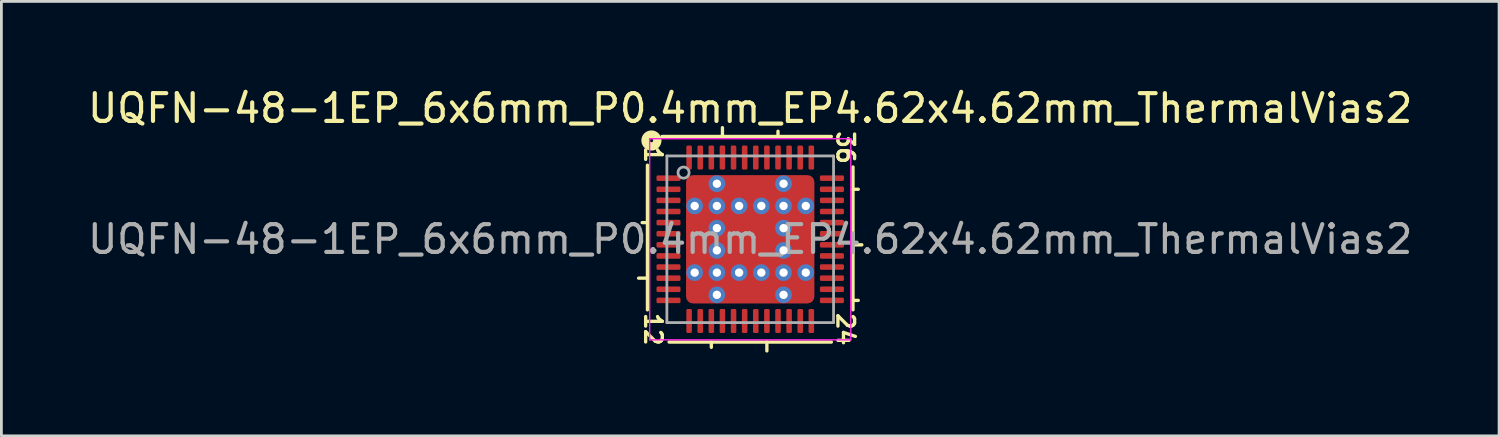
<source format=kicad_pcb>
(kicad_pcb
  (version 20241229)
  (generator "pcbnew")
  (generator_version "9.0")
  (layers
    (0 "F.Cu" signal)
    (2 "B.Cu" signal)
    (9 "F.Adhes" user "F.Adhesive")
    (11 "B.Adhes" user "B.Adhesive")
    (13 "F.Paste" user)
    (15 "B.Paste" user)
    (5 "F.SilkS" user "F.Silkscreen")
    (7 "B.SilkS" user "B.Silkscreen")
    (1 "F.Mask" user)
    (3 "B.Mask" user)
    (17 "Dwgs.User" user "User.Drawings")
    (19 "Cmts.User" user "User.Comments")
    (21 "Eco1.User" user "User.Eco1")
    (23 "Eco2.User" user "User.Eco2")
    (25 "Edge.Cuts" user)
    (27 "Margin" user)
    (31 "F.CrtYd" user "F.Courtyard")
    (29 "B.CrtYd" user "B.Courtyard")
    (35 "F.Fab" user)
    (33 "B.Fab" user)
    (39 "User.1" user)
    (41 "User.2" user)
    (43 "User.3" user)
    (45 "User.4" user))
  (footprint "UQFN-48-1EP_6x6mm_P0.4mm_EP4.62x4.62mm_ThermalVias2"
    (layer "F.Cu")
    (at 23.958 5.564)
    (property "Reference" "UQFN-48-1EP_6x6mm_P0.4mm_EP4.62x4.62mm_ThermalVias2" (at 0 -4.716 0) (layer "F.SilkS") (effects (font (size 1 1) (thickness 0.15))))
    (attr smd)
    (fp_line (start -3.7 -2.667) (end -3.7 2.54) (stroke (width 0.12) (type solid)) (layer "F.SilkS"))
    (fp_line (start -3.7 -0.6) (end -3.89 -0.6) (stroke (width 0.12) (type solid)) (layer "F.SilkS"))
    (fp_line (start -3.7 1.4) (end -4.018 1.4) (stroke (width 0.12) (type solid)) (layer "F.SilkS"))
    (fp_line (start -2.921 3.7) (end 2.921 3.7) (stroke (width 0.12) (type solid)) (layer "F.SilkS"))
    (fp_line (start -1.4 3.89) (end -1.4 3.7) (stroke (width 0.12) (type solid)) (layer "F.SilkS"))
    (fp_line (start -1 -3.7) (end -1 -4.018) (stroke (width 0.12) (type solid)) (layer "F.SilkS"))
    (fp_line (start 0.6 3.7) (end 0.6 4.018) (stroke (width 0.12) (type solid)) (layer "F.SilkS"))
    (fp_line (start 1 -3.7) (end 1 -3.89) (stroke (width 0.12) (type solid)) (layer "F.SilkS"))
    (fp_line (start 2.921 -3.7) (end -3.175 -3.7) (stroke (width 0.12) (type solid)) (layer "F.SilkS"))
    (fp_line (start 3.7 -1.8) (end 3.89 -1.8) (stroke (width 0.12) (type solid)) (layer "F.SilkS"))
    (fp_line (start 3.7 0.2) (end 4.018 0.2) (stroke (width 0.12) (type solid)) (layer "F.SilkS"))
    (fp_line (start 3.7 2.2) (end 3.89 2.2) (stroke (width 0.12) (type solid)) (layer "F.SilkS"))
    (fp_line (start 3.7 2.54) (end 3.7 -2.603) (stroke (width 0.12) (type solid)) (layer "F.SilkS"))
    (fp_circle (center -3.556 -3.556) (end -3.493 -3.556) (stroke (width 0.3) (type solid)) (fill no) (layer "F.SilkS"))
    (fp_line (start -3.62 -3.62) (end -3.62 3.62) (stroke (width 0.05) (type solid)) (layer "F.CrtYd"))
    (fp_line (start -3.62 3.62) (end 3.62 3.62) (stroke (width 0.05) (type solid)) (layer "F.CrtYd"))
    (fp_line (start 3.62 -3.62) (end -3.62 -3.62) (stroke (width 0.05) (type solid)) (layer "F.CrtYd"))
    (fp_line (start 3.62 3.62) (end 3.62 -3.62) (stroke (width 0.05) (type solid)) (layer "F.CrtYd"))
    (fp_line (start -3 -3) (end 3 -3) (stroke (width 0.1) (type solid)) (layer "F.Fab"))
    (fp_line (start -3 3) (end -3 -3) (stroke (width 0.1) (type solid)) (layer "F.Fab"))
    (fp_line (start 3 -3) (end 3 3) (stroke (width 0.1) (type solid)) (layer "F.Fab"))
    (fp_line (start 3 3) (end -3 3) (stroke (width 0.1) (type solid)) (layer "F.Fab"))
    (fp_circle (center -2.4 -2.4) (end -2.2 -2.4) (stroke (width 0.1) (type solid)) (fill no) (layer "F.Fab"))
    (fp_text user "24" (at 3.429 3.239 270) (unlocked yes) (layer "F.SilkS") (effects (font (size 0.6 0.6) (thickness 0.12))))
    (fp_text user "36" (at 3.429 -3.302 270) (unlocked yes) (layer "F.SilkS") (effects (font (size 0.6 0.6) (thickness 0.12))))
    (fp_text user "1" (at -3.493 -3.048 270) (unlocked yes) (layer "F.SilkS") (effects (font (size 0.6 0.6) (thickness 0.12))))
    (fp_text user "12" (at -3.493 3.239 270) (unlocked yes) (layer "F.SilkS") (effects (font (size 0.6 0.6) (thickness 0.12))))
    (fp_text user "${REFERENCE}" (at 0 0 0) (layer "F.Fab") (effects (font (size 1 1) (thickness 0.15))))
    (pad "" smd roundrect (at -1.85 -1.85) (size 0.5 0.5) (layers "F.Paste") (roundrect_rratio 0.25))
    (pad "" smd roundrect (at -1.85 -1.85) (size 0.7 0.7) (layers "F.Mask") (roundrect_rratio 0.25))
    (pad "" smd roundrect (at -1.85 -0.438) (size 0.5 0.675) (layers "F.Paste") (roundrect_rratio 0.25))
    (pad "" smd roundrect (at -1.85 0 270) (size 1.8 0.7) (layers "F.Mask") (roundrect_rratio 0.25))
    (pad "" smd roundrect (at -1.85 0.438) (size 0.5 0.675) (layers "F.Paste") (roundrect_rratio 0.25))
    (pad "" smd roundrect (at -1.85 1.85) (size 0.5 0.5) (layers "F.Paste") (roundrect_rratio 0.25))
    (pad "" smd roundrect (at -1.85 1.85) (size 0.7 0.7) (layers "F.Mask") (roundrect_rratio 0.25))
    (pad "" smd roundrect (at -0.438 -1.85 90) (size 0.5 0.675) (layers "F.Paste") (roundrect_rratio 0.25))
    (pad "" smd roundrect (at -0.438 1.85 90) (size 0.5 0.675) (layers "F.Paste") (roundrect_rratio 0.25))
    (pad "" smd roundrect (at -0.425 -0.425 90) (size 0.65 0.65) (layers "F.Paste") (roundrect_rratio 0.25))
    (pad "" smd roundrect (at -0.425 0.425 90) (size 0.65 0.65) (layers "F.Paste") (roundrect_rratio 0.25))
    (pad "" smd roundrect (at 0 -1.85) (size 1.8 0.7) (layers "F.Mask") (roundrect_rratio 0.25))
    (pad "" smd roundrect (at 0 0 270) (size 1.8 1.8) (layers "F.Mask") (roundrect_rratio 0.139))
    (pad "" smd roundrect (at 0 1.85) (size 1.8 0.7) (layers "F.Mask") (roundrect_rratio 0.25))
    (pad "" smd roundrect (at 0.425 -0.425 90) (size 0.65 0.65) (layers "F.Paste") (roundrect_rratio 0.25))
    (pad "" smd roundrect (at 0.425 0.425 90) (size 0.65 0.65) (layers "F.Paste") (roundrect_rratio 0.25))
    (pad "" smd roundrect (at 0.438 -1.85 90) (size 0.5 0.675) (layers "F.Paste") (roundrect_rratio 0.25))
    (pad "" smd roundrect (at 0.438 1.85 90) (size 0.5 0.675) (layers "F.Paste") (roundrect_rratio 0.25))
    (pad "" smd roundrect (at 1.85 -1.85) (size 0.5 0.5) (layers "F.Paste") (roundrect_rratio 0.25))
    (pad "" smd roundrect (at 1.85 -1.85) (size 0.7 0.7) (layers "F.Mask") (roundrect_rratio 0.25))
    (pad "" smd roundrect (at 1.85 -0.438) (size 0.5 0.675) (layers "F.Paste") (roundrect_rratio 0.25))
    (pad "" smd roundrect (at 1.85 0 270) (size 1.8 0.7) (layers "F.Mask") (roundrect_rratio 0.25))
    (pad "" smd roundrect (at 1.85 0.438) (size 0.5 0.675) (layers "F.Paste") (roundrect_rratio 0.25))
    (pad "" smd roundrect (at 1.85 1.85) (size 0.5 0.5) (layers "F.Paste") (roundrect_rratio 0.25))
    (pad "" smd roundrect (at 1.85 1.85) (size 0.7 0.7) (layers "F.Mask") (roundrect_rratio 0.25))
    (pad "1" smd roundrect (at -2.942 -2.2) (size 0.865 0.2) (layers "F.Cu" "F.Mask" "F.Paste") (roundrect_rratio 0.25))
    (pad "2" smd roundrect (at -2.942 -1.8) (size 0.865 0.2) (layers "F.Cu" "F.Mask" "F.Paste") (roundrect_rratio 0.25))
    (pad "3" smd roundrect (at -2.942 -1.4) (size 0.865 0.2) (layers "F.Cu" "F.Mask" "F.Paste") (roundrect_rratio 0.25))
    (pad "4" smd roundrect (at -2.942 -1) (size 0.865 0.2) (layers "F.Cu" "F.Mask" "F.Paste") (roundrect_rratio 0.25))
    (pad "5" smd roundrect (at -2.942 -0.6) (size 0.865 0.2) (layers "F.Cu" "F.Mask" "F.Paste") (roundrect_rratio 0.25))
    (pad "6" smd roundrect (at -2.942 -0.2) (size 0.865 0.2) (layers "F.Cu" "F.Mask" "F.Paste") (roundrect_rratio 0.25))
    (pad "7" smd roundrect (at -2.942 0.2) (size 0.865 0.2) (layers "F.Cu" "F.Mask" "F.Paste") (roundrect_rratio 0.25))
    (pad "8" smd roundrect (at -2.942 0.6) (size 0.865 0.2) (layers "F.Cu" "F.Mask" "F.Paste") (roundrect_rratio 0.25))
    (pad "9" smd roundrect (at -2.942 1) (size 0.865 0.2) (layers "F.Cu" "F.Mask" "F.Paste") (roundrect_rratio 0.25))
    (pad "10" smd roundrect (at -2.942 1.4) (size 0.865 0.2) (layers "F.Cu" "F.Mask" "F.Paste") (roundrect_rratio 0.25))
    (pad "11" smd roundrect (at -2.942 1.8) (size 0.865 0.2) (layers "F.Cu" "F.Mask" "F.Paste") (roundrect_rratio 0.25))
    (pad "12" smd roundrect (at -2.942 2.2) (size 0.865 0.2) (layers "F.Cu" "F.Mask" "F.Paste") (roundrect_rratio 0.25))
    (pad "13" smd roundrect (at -2.2 2.942) (size 0.2 0.865) (layers "F.Cu" "F.Mask" "F.Paste") (roundrect_rratio 0.25))
    (pad "14" smd roundrect (at -1.8 2.942) (size 0.2 0.865) (layers "F.Cu" "F.Mask" "F.Paste") (roundrect_rratio 0.25))
    (pad "15" smd roundrect (at -1.4 2.942) (size 0.2 0.865) (layers "F.Cu" "F.Mask" "F.Paste") (roundrect_rratio 0.25))
    (pad "16" smd roundrect (at -1 2.942) (size 0.2 0.865) (layers "F.Cu" "F.Mask" "F.Paste") (roundrect_rratio 0.25))
    (pad "17" smd roundrect (at -0.6 2.942) (size 0.2 0.865) (layers "F.Cu" "F.Mask" "F.Paste") (roundrect_rratio 0.25))
    (pad "18" smd roundrect (at -0.2 2.942) (size 0.2 0.865) (layers "F.Cu" "F.Mask" "F.Paste") (roundrect_rratio 0.25))
    (pad "19" smd roundrect (at 0.2 2.942) (size 0.2 0.865) (layers "F.Cu" "F.Mask" "F.Paste") (roundrect_rratio 0.25))
    (pad "20" smd roundrect (at 0.6 2.942) (size 0.2 0.865) (layers "F.Cu" "F.Mask" "F.Paste") (roundrect_rratio 0.25))
    (pad "21" smd roundrect (at 1 2.942) (size 0.2 0.865) (layers "F.Cu" "F.Mask" "F.Paste") (roundrect_rratio 0.25))
    (pad "22" smd roundrect (at 1.4 2.942) (size 0.2 0.865) (layers "F.Cu" "F.Mask" "F.Paste") (roundrect_rratio 0.25))
    (pad "23" smd roundrect (at 1.8 2.942) (size 0.2 0.865) (layers "F.Cu" "F.Mask" "F.Paste") (roundrect_rratio 0.25))
    (pad "24" smd roundrect (at 2.2 2.942) (size 0.2 0.865) (layers "F.Cu" "F.Mask" "F.Paste") (roundrect_rratio 0.25))
    (pad "25" smd roundrect (at 2.942 2.2) (size 0.865 0.2) (layers "F.Cu" "F.Mask" "F.Paste") (roundrect_rratio 0.25))
    (pad "26" smd roundrect (at 2.942 1.8) (size 0.865 0.2) (layers "F.Cu" "F.Mask" "F.Paste") (roundrect_rratio 0.25))
    (pad "27" smd roundrect (at 2.942 1.4) (size 0.865 0.2) (layers "F.Cu" "F.Mask" "F.Paste") (roundrect_rratio 0.25))
    (pad "28" smd roundrect (at 2.942 1) (size 0.865 0.2) (layers "F.Cu" "F.Mask" "F.Paste") (roundrect_rratio 0.25))
    (pad "29" smd roundrect (at 2.942 0.6) (size 0.865 0.2) (layers "F.Cu" "F.Mask" "F.Paste") (roundrect_rratio 0.25))
    (pad "30" smd roundrect (at 2.942 0.2) (size 0.865 0.2) (layers "F.Cu" "F.Mask" "F.Paste") (roundrect_rratio 0.25))
    (pad "31" smd roundrect (at 2.942 -0.2) (size 0.865 0.2) (layers "F.Cu" "F.Mask" "F.Paste") (roundrect_rratio 0.25))
    (pad "32" smd roundrect (at 2.942 -0.6) (size 0.865 0.2) (layers "F.Cu" "F.Mask" "F.Paste") (roundrect_rratio 0.25))
    (pad "33" smd roundrect (at 2.942 -1) (size 0.865 0.2) (layers "F.Cu" "F.Mask" "F.Paste") (roundrect_rratio 0.25))
    (pad "34" smd roundrect (at 2.942 -1.4) (size 0.865 0.2) (layers "F.Cu" "F.Mask" "F.Paste") (roundrect_rratio 0.25))
    (pad "35" smd roundrect (at 2.942 -1.8) (size 0.865 0.2) (layers "F.Cu" "F.Mask" "F.Paste") (roundrect_rratio 0.25))
    (pad "36" smd roundrect (at 2.942 -2.2) (size 0.865 0.2) (layers "F.Cu" "F.Mask" "F.Paste") (roundrect_rratio 0.25))
    (pad "37" smd roundrect (at 2.2 -2.942) (size 0.2 0.865) (layers "F.Cu" "F.Mask" "F.Paste") (roundrect_rratio 0.25))
    (pad "38" smd roundrect (at 1.8 -2.942) (size 0.2 0.865) (layers "F.Cu" "F.Mask" "F.Paste") (roundrect_rratio 0.25))
    (pad "39" smd roundrect (at 1.4 -2.942) (size 0.2 0.865) (layers "F.Cu" "F.Mask" "F.Paste") (roundrect_rratio 0.25))
    (pad "40" smd roundrect (at 1 -2.942) (size 0.2 0.865) (layers "F.Cu" "F.Mask" "F.Paste") (roundrect_rratio 0.25))
    (pad "41" smd roundrect (at 0.6 -2.942) (size 0.2 0.865) (layers "F.Cu" "F.Mask" "F.Paste") (roundrect_rratio 0.25))
    (pad "42" smd roundrect (at 0.2 -2.942) (size 0.2 0.865) (layers "F.Cu" "F.Mask" "F.Paste") (roundrect_rratio 0.25))
    (pad "43" smd roundrect (at -0.2 -2.942) (size 0.2 0.865) (layers "F.Cu" "F.Mask" "F.Paste") (roundrect_rratio 0.25))
    (pad "44" smd roundrect (at -0.6 -2.942) (size 0.2 0.865) (layers "F.Cu" "F.Mask" "F.Paste") (roundrect_rratio 0.25))
    (pad "45" smd roundrect (at -1 -2.942) (size 0.2 0.865) (layers "F.Cu" "F.Mask" "F.Paste") (roundrect_rratio 0.25))
    (pad "46" smd roundrect (at -1.4 -2.942) (size 0.2 0.865) (layers "F.Cu" "F.Mask" "F.Paste") (roundrect_rratio 0.25))
    (pad "47" smd roundrect (at -1.8 -2.942) (size 0.2 0.865) (layers "F.Cu" "F.Mask" "F.Paste") (roundrect_rratio 0.25))
    (pad "48" smd roundrect (at -2.2 -2.942) (size 0.2 0.865) (layers "F.Cu" "F.Mask" "F.Paste") (roundrect_rratio 0.25))
    (pad "49" thru_hole circle (at -2 -1.2 180) (size 0.6 0.6) (drill 0.3) (property pad_prop_heatsink) (layers "*.Cu" "*.Mask"))
    (pad "49" thru_hole circle (at -2 1.2 180) (size 0.6 0.6) (drill 0.3) (property pad_prop_heatsink) (layers "*.Cu" "*.Mask"))
    (pad "49" thru_hole circle (at -1.2 -2 180) (size 0.6 0.6) (drill 0.3) (property pad_prop_heatsink) (layers "*.Cu" "*.Mask"))
    (pad "49" thru_hole circle (at -1.2 -1.2 180) (size 0.6 0.6) (drill 0.3) (property pad_prop_heatsink) (layers "*.Cu" "*.Mask"))
    (pad "49" thru_hole circle (at -1.2 -0.4 180) (size 0.6 0.6) (drill 0.3) (property pad_prop_heatsink) (layers "*.Cu" "*.Mask"))
    (pad "49" thru_hole circle (at -1.2 0.4 180) (size 0.6 0.6) (drill 0.3) (property pad_prop_heatsink) (layers "*.Cu" "*.Mask"))
    (pad "49" thru_hole circle (at -1.2 1.2 180) (size 0.6 0.6) (drill 0.3) (property pad_prop_heatsink) (layers "*.Cu" "*.Mask"))
    (pad "49" thru_hole circle (at -1.2 2 180) (size 0.6 0.6) (drill 0.3) (property pad_prop_heatsink) (layers "*.Cu" "*.Mask"))
    (pad "49" thru_hole circle (at -0.4 -1.2 180) (size 0.6 0.6) (drill 0.3) (property pad_prop_heatsink) (layers "*.Cu" "*.Mask"))
    (pad "49" thru_hole circle (at -0.4 1.2 180) (size 0.6 0.6) (drill 0.3) (property pad_prop_heatsink) (layers "*.Cu" "*.Mask"))
    (pad "49" smd roundrect (at 0 0) (size 4.62 4.62) (layers "F.Cu") (roundrect_rratio 0.054))
    (pad "49" thru_hole circle (at 0.4 -1.2 180) (size 0.6 0.6) (drill 0.3) (property pad_prop_heatsink) (layers "*.Cu" "*.Mask"))
    (pad "49" thru_hole circle (at 0.4 1.2 180) (size 0.6 0.6) (drill 0.3) (property pad_prop_heatsink) (layers "*.Cu" "*.Mask"))
    (pad "49" thru_hole circle (at 1.2 -2 180) (size 0.6 0.6) (drill 0.3) (property pad_prop_heatsink) (layers "*.Cu" "*.Mask"))
    (pad "49" thru_hole circle (at 1.2 -1.2 180) (size 0.6 0.6) (drill 0.3) (property pad_prop_heatsink) (layers "*.Cu" "*.Mask"))
    (pad "49" thru_hole circle (at 1.2 -0.4 180) (size 0.6 0.6) (drill 0.3) (property pad_prop_heatsink) (layers "*.Cu" "*.Mask"))
    (pad "49" thru_hole circle (at 1.2 0.4 180) (size 0.6 0.6) (drill 0.3) (property pad_prop_heatsink) (layers "*.Cu" "*.Mask"))
    (pad "49" thru_hole circle (at 1.2 1.2 180) (size 0.6 0.6) (drill 0.3) (property pad_prop_heatsink) (layers "*.Cu" "*.Mask"))
    (pad "49" thru_hole circle (at 1.2 2 180) (size 0.6 0.6) (drill 0.3) (property pad_prop_heatsink) (layers "*.Cu" "*.Mask"))
    (pad "49" thru_hole circle (at 2 -1.2 180) (size 0.6 0.6) (drill 0.3) (property pad_prop_heatsink) (layers "*.Cu" "*.Mask"))
    (pad "49" thru_hole circle (at 2 1.2 180) (size 0.6 0.6) (drill 0.3) (property pad_prop_heatsink) (layers "*.Cu" "*.Mask")))
  (gr_rect
    (start -3 -3)
    (end 50.917 12.642)
    (stroke (width 0.1) (type default))
    (fill no)
    (layer "Edge.Cuts")))
</source>
